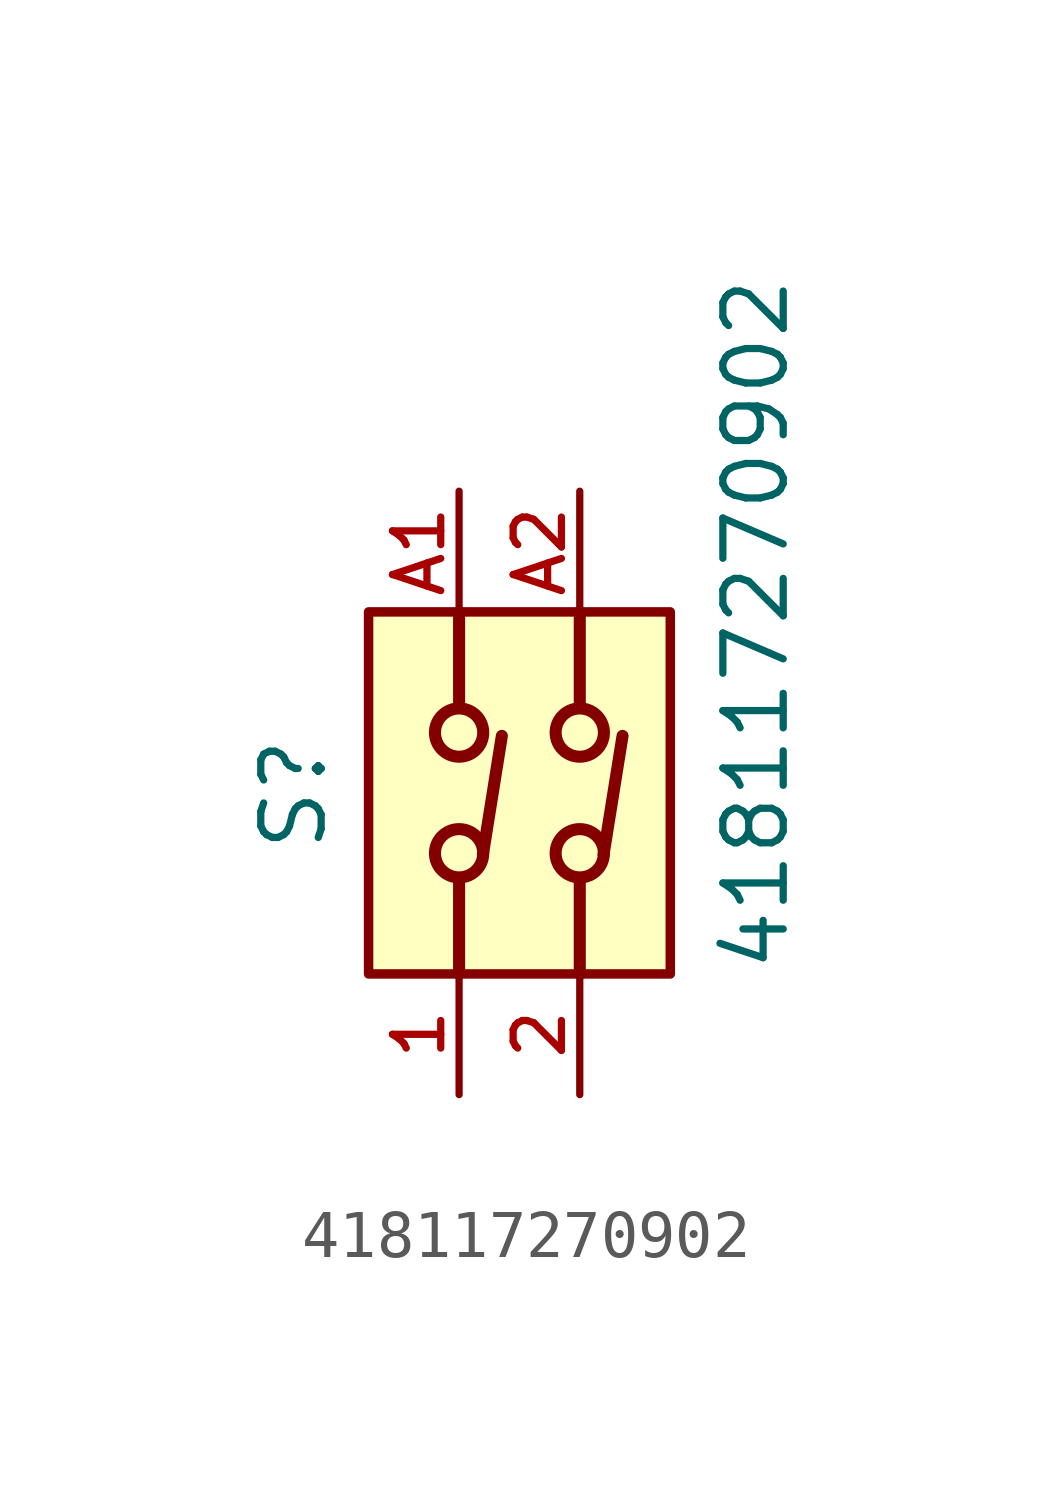
<source format=kicad_sym>
(kicad_symbol_lib
  (version 20211014)
  (generator kicad_symbol_editor)
  (symbol "418117270902"
    (pin_names
      (offset 1.016))
    (property "Reference" "S"
      (at -5.28 1.24 90.0)
      (effects (font (size 1.27 1.27)) (justify bottom)))
    (property "Value" "418117270902"
      (at 4.445 -2.54 90.0)
      (effects (font (size 1.27 1.27)) (justify bottom left)))
    (symbol "418117270902_0_0"
      (polyline (pts (xy -2.54 -2.54) (xy -2.54 -0.535)) (stroke (width 0.254)))
      (polyline (pts (xy -2.54 5.08) (xy -2.54 3.075)) (stroke (width 0.254)))
      (polyline (pts (xy -2.04 -0.03) (xy -1.64 2.47)) (stroke (width 0.254)))
      (polyline (pts (xy 0.0 -2.54) (xy 0.0 -0.535)) (stroke (width 0.254)))
      (polyline (pts (xy 0.0 5.08) (xy 0.0 3.075)) (stroke (width 0.254)))
      (polyline (pts (xy 0.5 -0.03) (xy 0.9 2.47)) (stroke (width 0.254)))
      (circle (center -2.54 2.54) (radius 0.508) (stroke (width 0.254)) (fill (type none)))
      (circle (center -2.54 0.0) (radius 0.508) (stroke (width 0.254)) (fill (type none)))
      (circle (center 0.0 2.54) (radius 0.508) (stroke (width 0.254)) (fill (type none)))
      (circle (center 0.0 0.0) (radius 0.508) (stroke (width 0.254)) (fill (type none)))
      (rectangle (start -4.445 -2.54) (end 1.905 5.08) (stroke (width 0.2)) (fill (type background)))
      (pin passive line (at -2.54 -5.08 90.0) (length 2.54) (name "~" (effects (font (size 1.016 1.016)))) (number "1" (effects (font (size 1.016 1.016)))))
      (pin passive line (at -2.54 7.62 270.0) (length 2.54) (name "~" (effects (font (size 1.016 1.016)))) (number "A1" (effects (font (size 1.016 1.016)))))
      (pin passive line (at 0.0 -5.08 90.0) (length 2.54) (name "~" (effects (font (size 1.016 1.016)))) (number "2" (effects (font (size 1.016 1.016)))))
      (pin passive line (at 0.0 7.62 270.0) (length 2.54) (name "~" (effects (font (size 1.016 1.016)))) (number "A2" (effects (font (size 1.016 1.016))))))))
</source>
